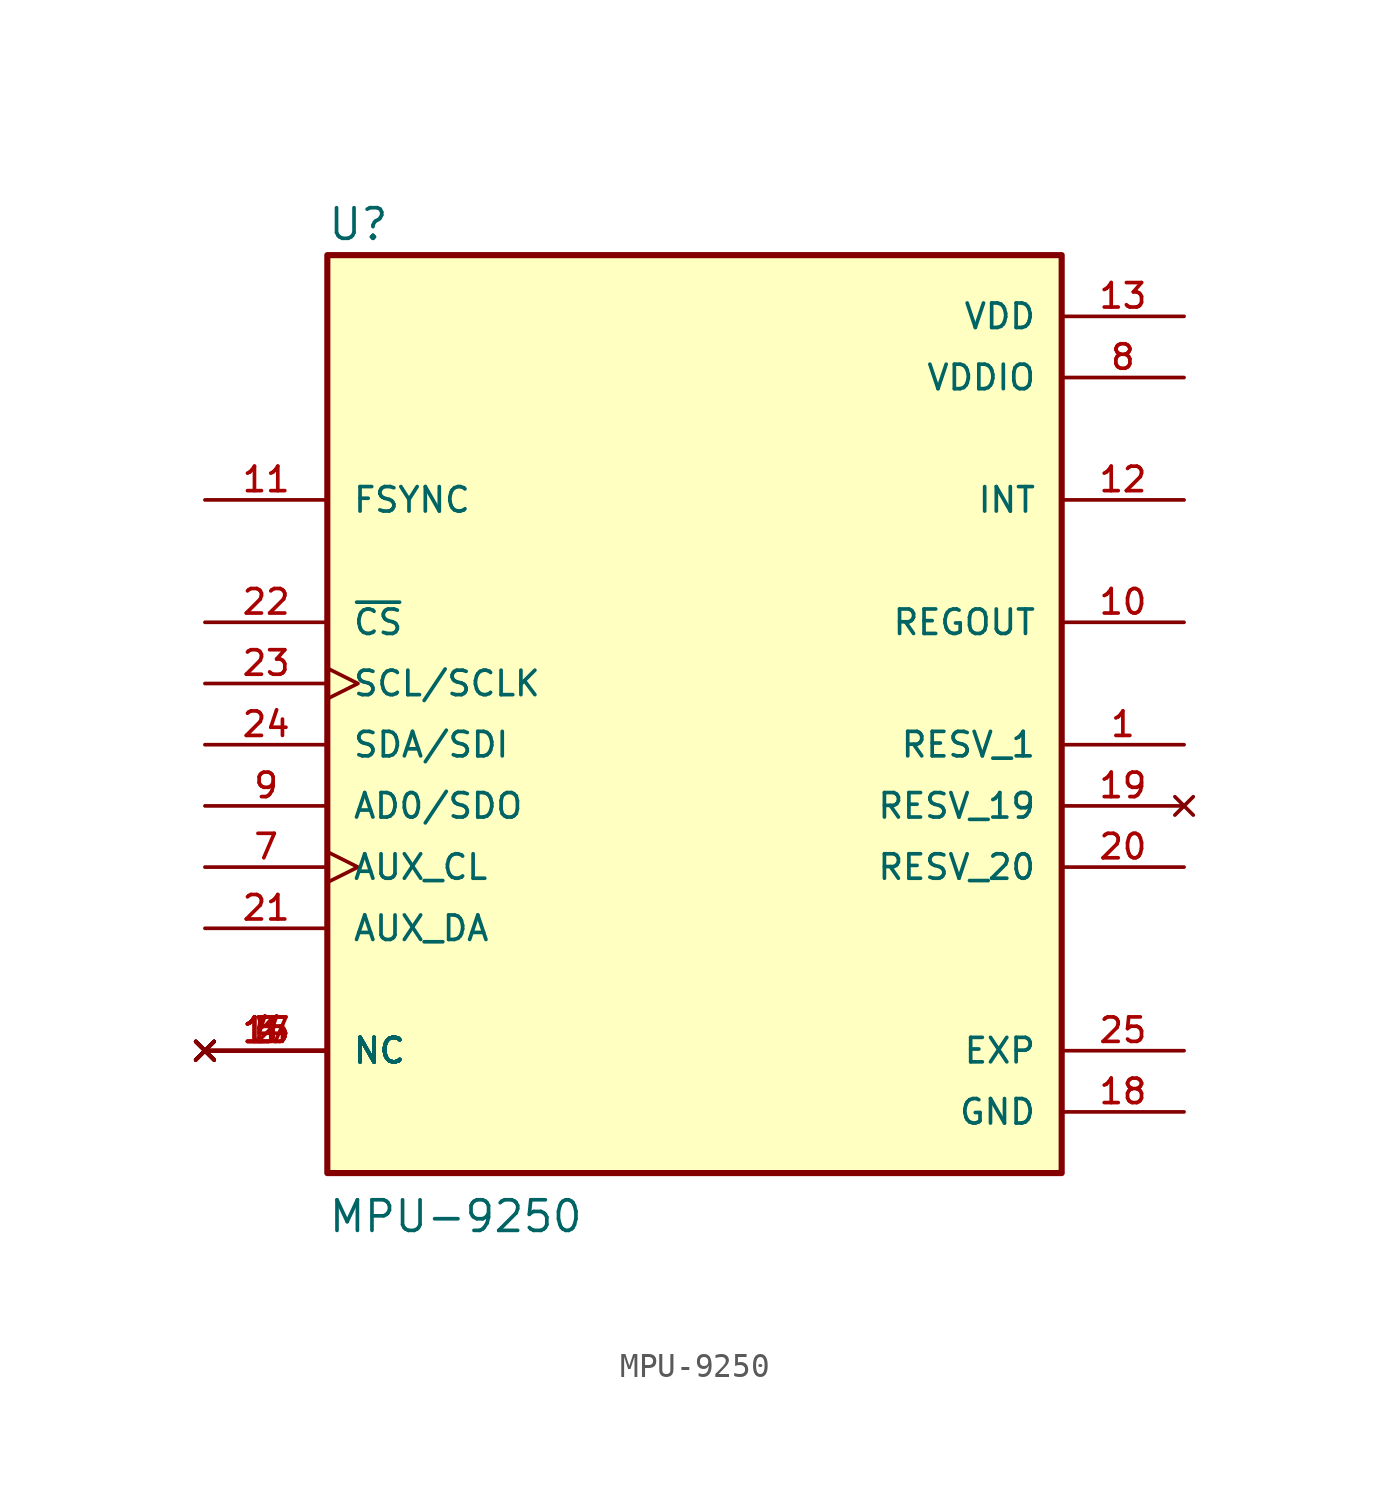
<source format=kicad_sym>
(kicad_symbol_lib
  (version 20211014)
  (generator kicad_symbol_editor)
  (symbol "MPU-9250"
    (pin_names
      (offset 1.016))
    (property "Reference" "U"
      (at -15.26 20.856 0)
      (effects (font (size 1.27 1.27)) (justify bottom left)))
    (property "Value" "MPU-9250"
      (at -15.241 -20.322 0)
      (effects (font (size 1.27 1.27)) (justify bottom left)))
    (symbol "MPU-9250_0_0"
      (rectangle (start -15.24 -17.78) (end 15.24 20.32) (stroke (width 0.254)) (fill (type background)))
      (pin input line (at -20.32 10.16 0) (length 5.08) (name "FSYNC" (effects (font (size 1.016 1.016)))) (number "11" (effects (font (size 1.016 1.016)))))
      (pin power_in line (at 20.32 15.24 180.0) (length 5.08) (name "VDDIO" (effects (font (size 1.016 1.016)))) (number "8" (effects (font (size 1.016 1.016)))))
      (pin output line (at 20.32 10.16 180.0) (length 5.08) (name "INT" (effects (font (size 1.016 1.016)))) (number "12" (effects (font (size 1.016 1.016)))))
      (pin output line (at -20.32 -2.54 0) (length 5.08) (name "AD0/SDO" (effects (font (size 1.016 1.016)))) (number "9" (effects (font (size 1.016 1.016)))))
      (pin output line (at 20.32 5.08 180.0) (length 5.08) (name "REGOUT" (effects (font (size 1.016 1.016)))) (number "10" (effects (font (size 1.016 1.016)))))
      (pin power_in line (at 20.32 17.78 180.0) (length 5.08) (name "VDD" (effects (font (size 1.016 1.016)))) (number "13" (effects (font (size 1.016 1.016)))))
      (pin power_in line (at 20.32 -15.24 180.0) (length 5.08) (name "GND" (effects (font (size 1.016 1.016)))) (number "18" (effects (font (size 1.016 1.016)))))
      (pin no_connect line (at 20.32 -2.54 180.0) (length 5.08) (name "RESV_19" (effects (font (size 1.016 1.016)))) (number "19" (effects (font (size 1.016 1.016)))))
      (pin power_in line (at 20.32 -5.08 180.0) (length 5.08) (name "RESV_20" (effects (font (size 1.016 1.016)))) (number "20" (effects (font (size 1.016 1.016)))))
      (pin input line (at -20.32 -7.62 0) (length 5.08) (name "AUX_DA" (effects (font (size 1.016 1.016)))) (number "21" (effects (font (size 1.016 1.016)))))
      (pin input clock (at -20.32 2.54 0) (length 5.08) (name "SCL/SCLK" (effects (font (size 1.016 1.016)))) (number "23" (effects (font (size 1.016 1.016)))))
      (pin input line (at -20.32 5.08 0) (length 5.08) (name "~{CS}" (effects (font (size 1.016 1.016)))) (number "22" (effects (font (size 1.016 1.016)))))
      (pin bidirectional line (at -20.32 0.0 0) (length 5.08) (name "SDA/SDI" (effects (font (size 1.016 1.016)))) (number "24" (effects (font (size 1.016 1.016)))))
      (pin input clock (at -20.32 -5.08 0) (length 5.08) (name "AUX_CL" (effects (font (size 1.016 1.016)))) (number "7" (effects (font (size 1.016 1.016)))))
      (pin power_in line (at 20.32 0.0 180.0) (length 5.08) (name "RESV_1" (effects (font (size 1.016 1.016)))) (number "1" (effects (font (size 1.016 1.016)))))
      (pin no_connect line (at -20.32 -12.7 0) (length 5.08) (name "NC" (effects (font (size 1.016 1.016)))) (number "2" (effects (font (size 1.016 1.016)))))
      (pin no_connect line (at -20.32 -12.7 0) (length 5.08) (name "NC" (effects (font (size 1.016 1.016)))) (number "3" (effects (font (size 1.016 1.016)))))
      (pin no_connect line (at -20.32 -12.7 0) (length 5.08) (name "NC" (effects (font (size 1.016 1.016)))) (number "4" (effects (font (size 1.016 1.016)))))
      (pin no_connect line (at -20.32 -12.7 0) (length 5.08) (name "NC" (effects (font (size 1.016 1.016)))) (number "5" (effects (font (size 1.016 1.016)))))
      (pin no_connect line (at -20.32 -12.7 0) (length 5.08) (name "NC" (effects (font (size 1.016 1.016)))) (number "6" (effects (font (size 1.016 1.016)))))
      (pin no_connect line (at -20.32 -12.7 0) (length 5.08) (name "NC" (effects (font (size 1.016 1.016)))) (number "14" (effects (font (size 1.016 1.016)))))
      (pin no_connect line (at -20.32 -12.7 0) (length 5.08) (name "NC" (effects (font (size 1.016 1.016)))) (number "15" (effects (font (size 1.016 1.016)))))
      (pin no_connect line (at -20.32 -12.7 0) (length 5.08) (name "NC" (effects (font (size 1.016 1.016)))) (number "16" (effects (font (size 1.016 1.016)))))
      (pin no_connect line (at -20.32 -12.7 0) (length 5.08) (name "NC" (effects (font (size 1.016 1.016)))) (number "17" (effects (font (size 1.016 1.016)))))
      (pin passive line (at 20.32 -12.7 180.0) (length 5.08) (name "EXP" (effects (font (size 1.016 1.016)))) (number "25" (effects (font (size 1.016 1.016))))))))
</source>
